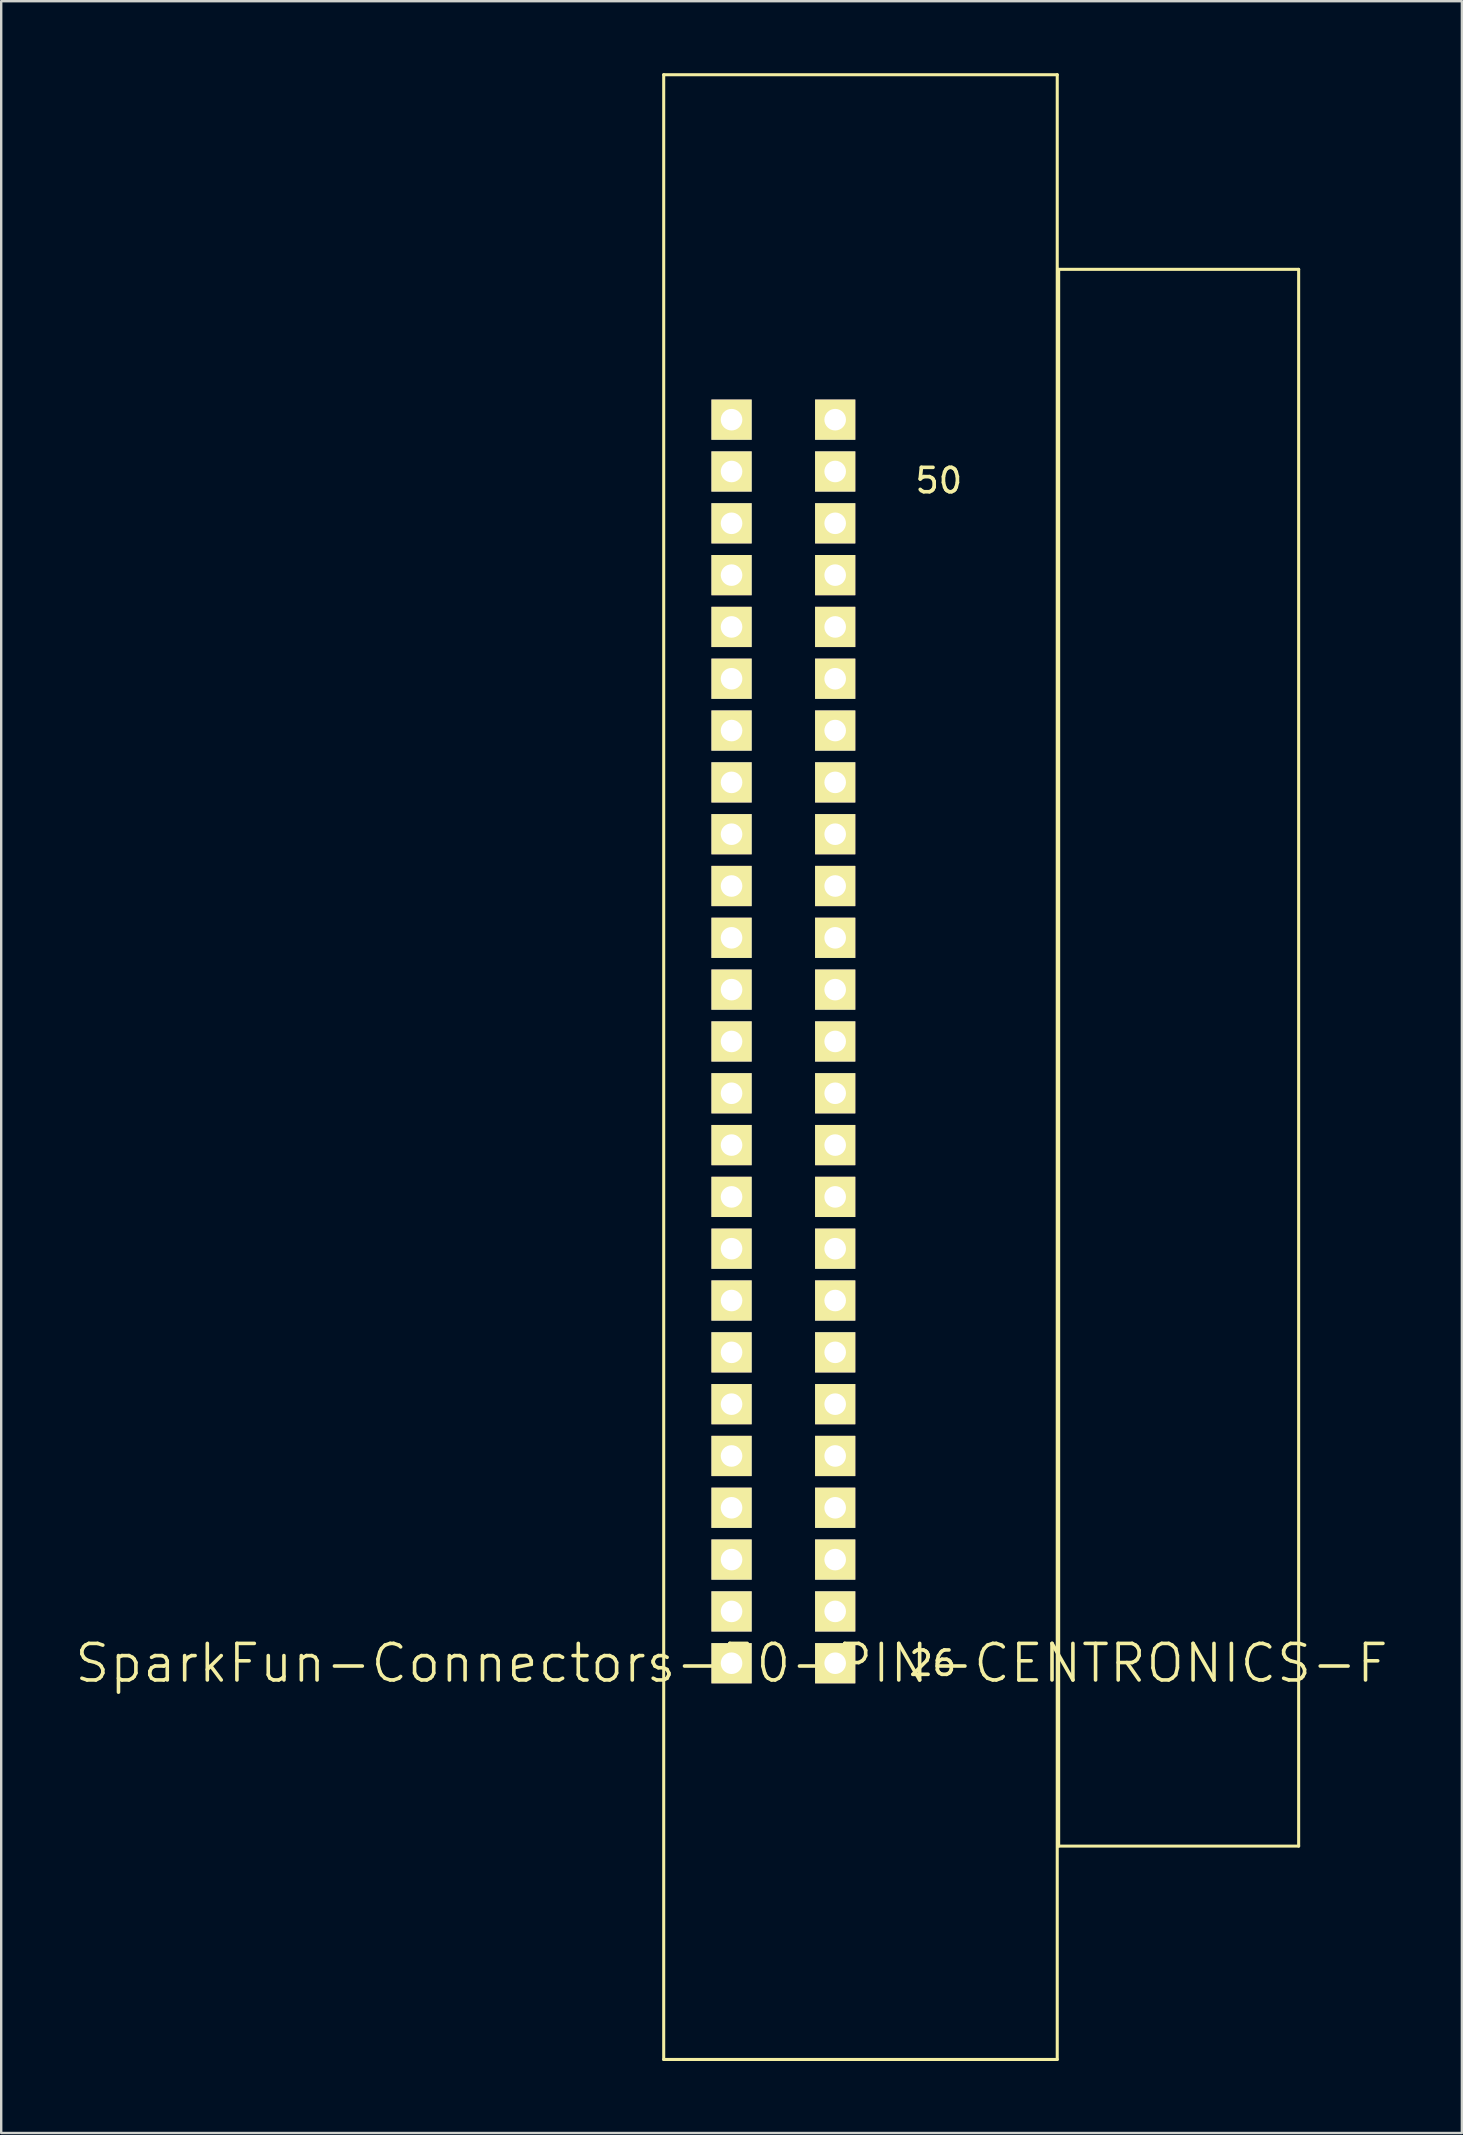
<source format=kicad_pcb>
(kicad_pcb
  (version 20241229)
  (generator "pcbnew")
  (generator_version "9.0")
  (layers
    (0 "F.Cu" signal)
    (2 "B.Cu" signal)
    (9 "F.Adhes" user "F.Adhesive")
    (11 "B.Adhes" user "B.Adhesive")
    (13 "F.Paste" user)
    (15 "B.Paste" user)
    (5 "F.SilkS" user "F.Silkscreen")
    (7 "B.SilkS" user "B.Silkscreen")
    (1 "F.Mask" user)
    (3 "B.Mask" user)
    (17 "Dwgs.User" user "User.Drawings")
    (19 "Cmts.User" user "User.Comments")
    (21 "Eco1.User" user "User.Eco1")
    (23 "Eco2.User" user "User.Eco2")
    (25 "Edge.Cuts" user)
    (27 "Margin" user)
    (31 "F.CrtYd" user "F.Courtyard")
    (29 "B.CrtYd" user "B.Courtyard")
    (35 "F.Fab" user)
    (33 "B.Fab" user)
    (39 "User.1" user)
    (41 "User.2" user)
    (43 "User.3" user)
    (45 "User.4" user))
  (footprint "SparkFun-Connectors-50-PIN-CENTRONICS-F"
    (layer "F.Cu")
    (at 27.432 66.253)
    (property "Reference" "SparkFun-Connectors-50-PIN-CENTRONICS-F" (at 0 0 0) (layer "F.SilkS") (effects (font (size 1.524 1.524) (thickness 0.15))))
    (attr exclude_from_pos_files exclude_from_bom)
    (fp_line (start -2.827 -66.19) (end 13.571 -66.19) (stroke (width 0.127) (type solid)) (layer "F.SilkS"))
    (fp_line (start -2.827 16.51) (end -2.827 -66.19) (stroke (width 0.127) (type solid)) (layer "F.SilkS"))
    (fp_line (start -2.827 16.51) (end 13.571 16.51) (stroke (width 0.127) (type solid)) (layer "F.SilkS"))
    (fp_line (start 13.571 16.51) (end 13.571 -66.19) (stroke (width 0.127) (type solid)) (layer "F.SilkS"))
    (fp_line (start 13.63 -58.08) (end 23.63 -58.08) (stroke (width 0.127) (type solid)) (layer "F.SilkS"))
    (fp_line (start 13.63 7.62) (end 13.63 -58.08) (stroke (width 0.127) (type solid)) (layer "F.SilkS"))
    (fp_line (start 13.63 7.62) (end 23.63 7.62) (stroke (width 0.127) (type solid)) (layer "F.SilkS"))
    (fp_line (start 23.63 7.62) (end 23.63 -58.08) (stroke (width 0.127) (type solid)) (layer "F.SilkS"))
    (fp_text user "26" (at 8.382 0 0) (layer "F.SilkS") (effects (font (size 1.016 1.016) (thickness 0.152))))
    (fp_text user "50" (at 8.636 -49.276 0) (layer "F.SilkS") (effects (font (size 1.016 1.016) (thickness 0.152))))
    (pad "P$1" thru_hole rect (at 0 0) (size 1.676 1.676) (drill 0.899) (layers "*.Cu" "F.Mask" "F.SilkS" "F.Paste"))
    (pad "P$2" thru_hole rect (at 0 -2.159) (size 1.676 1.676) (drill 0.899) (layers "*.Cu" "F.Mask" "F.SilkS" "F.Paste"))
    (pad "P$3" thru_hole rect (at 0 -4.318) (size 1.676 1.676) (drill 0.899) (layers "*.Cu" "F.Mask" "F.SilkS" "F.Paste"))
    (pad "P$4" thru_hole rect (at 0 -6.477) (size 1.676 1.676) (drill 0.899) (layers "*.Cu" "F.Mask" "F.SilkS" "F.Paste"))
    (pad "P$5" thru_hole rect (at 0 -8.636) (size 1.676 1.676) (drill 0.899) (layers "*.Cu" "F.Mask" "F.SilkS" "F.Paste"))
    (pad "P$6" thru_hole rect (at 0 -10.795) (size 1.676 1.676) (drill 0.899) (layers "*.Cu" "F.Mask" "F.SilkS" "F.Paste"))
    (pad "P$7" thru_hole rect (at 0 -12.954) (size 1.676 1.676) (drill 0.899) (layers "*.Cu" "F.Mask" "F.SilkS" "F.Paste"))
    (pad "P$8" thru_hole rect (at 0 -15.113) (size 1.676 1.676) (drill 0.899) (layers "*.Cu" "F.Mask" "F.SilkS" "F.Paste"))
    (pad "P$9" thru_hole rect (at 0 -17.272) (size 1.676 1.676) (drill 0.899) (layers "*.Cu" "F.Mask" "F.SilkS" "F.Paste"))
    (pad "P$10" thru_hole rect (at 0 -19.431) (size 1.676 1.676) (drill 0.899) (layers "*.Cu" "F.Mask" "F.SilkS" "F.Paste"))
    (pad "P$11" thru_hole rect (at 0 -21.59) (size 1.676 1.676) (drill 0.899) (layers "*.Cu" "F.Mask" "F.SilkS" "F.Paste"))
    (pad "P$12" thru_hole rect (at 0 -23.749) (size 1.676 1.676) (drill 0.899) (layers "*.Cu" "F.Mask" "F.SilkS" "F.Paste"))
    (pad "P$13" thru_hole rect (at 0 -25.908) (size 1.676 1.676) (drill 0.899) (layers "*.Cu" "F.Mask" "F.SilkS" "F.Paste"))
    (pad "P$14" thru_hole rect (at 0 -28.067) (size 1.676 1.676) (drill 0.899) (layers "*.Cu" "F.Mask" "F.SilkS" "F.Paste"))
    (pad "P$15" thru_hole rect (at 0 -30.226) (size 1.676 1.676) (drill 0.899) (layers "*.Cu" "F.Mask" "F.SilkS" "F.Paste"))
    (pad "P$16" thru_hole rect (at 0 -32.385) (size 1.676 1.676) (drill 0.899) (layers "*.Cu" "F.Mask" "F.SilkS" "F.Paste"))
    (pad "P$17" thru_hole rect (at 0 -34.544) (size 1.676 1.676) (drill 0.899) (layers "*.Cu" "F.Mask" "F.SilkS" "F.Paste"))
    (pad "P$18" thru_hole rect (at 0 -36.703) (size 1.676 1.676) (drill 0.899) (layers "*.Cu" "F.Mask" "F.SilkS" "F.Paste"))
    (pad "P$19" thru_hole rect (at 0 -38.862) (size 1.676 1.676) (drill 0.899) (layers "*.Cu" "F.Mask" "F.SilkS" "F.Paste"))
    (pad "P$20" thru_hole rect (at 0 -41.021) (size 1.676 1.676) (drill 0.899) (layers "*.Cu" "F.Mask" "F.SilkS" "F.Paste"))
    (pad "P$21" thru_hole rect (at 0 -43.18) (size 1.676 1.676) (drill 0.899) (layers "*.Cu" "F.Mask" "F.SilkS" "F.Paste"))
    (pad "P$22" thru_hole rect (at 0 -45.339) (size 1.676 1.676) (drill 0.899) (layers "*.Cu" "F.Mask" "F.SilkS" "F.Paste"))
    (pad "P$23" thru_hole rect (at 0 -47.498) (size 1.676 1.676) (drill 0.899) (layers "*.Cu" "F.Mask" "F.SilkS" "F.Paste"))
    (pad "P$24" thru_hole rect (at 0 -49.657) (size 1.676 1.676) (drill 0.899) (layers "*.Cu" "F.Mask" "F.SilkS" "F.Paste"))
    (pad "P$25" thru_hole rect (at 0 -51.816) (size 1.676 1.676) (drill 0.899) (layers "*.Cu" "F.Mask" "F.SilkS" "F.Paste"))
    (pad "P$26" thru_hole rect (at 4.318 0) (size 1.676 1.676) (drill 0.899) (layers "*.Cu" "F.Mask" "F.SilkS" "F.Paste"))
    (pad "P$27" thru_hole rect (at 4.318 -2.159) (size 1.676 1.676) (drill 0.899) (layers "*.Cu" "F.Mask" "F.SilkS" "F.Paste"))
    (pad "P$28" thru_hole rect (at 4.318 -4.318) (size 1.676 1.676) (drill 0.899) (layers "*.Cu" "F.Mask" "F.SilkS" "F.Paste"))
    (pad "P$29" thru_hole rect (at 4.318 -6.477) (size 1.676 1.676) (drill 0.899) (layers "*.Cu" "F.Mask" "F.SilkS" "F.Paste"))
    (pad "P$30" thru_hole rect (at 4.318 -8.636) (size 1.676 1.676) (drill 0.899) (layers "*.Cu" "F.Mask" "F.SilkS" "F.Paste"))
    (pad "P$31" thru_hole rect (at 4.318 -10.795) (size 1.676 1.676) (drill 0.899) (layers "*.Cu" "F.Mask" "F.SilkS" "F.Paste"))
    (pad "P$32" thru_hole rect (at 4.318 -12.954) (size 1.676 1.676) (drill 0.899) (layers "*.Cu" "F.Mask" "F.SilkS" "F.Paste"))
    (pad "P$33" thru_hole rect (at 4.318 -15.113) (size 1.676 1.676) (drill 0.899) (layers "*.Cu" "F.Mask" "F.SilkS" "F.Paste"))
    (pad "P$34" thru_hole rect (at 4.318 -17.272) (size 1.676 1.676) (drill 0.899) (layers "*.Cu" "F.Mask" "F.SilkS" "F.Paste"))
    (pad "P$35" thru_hole rect (at 4.318 -19.431) (size 1.676 1.676) (drill 0.899) (layers "*.Cu" "F.Mask" "F.SilkS" "F.Paste"))
    (pad "P$36" thru_hole rect (at 4.318 -21.59) (size 1.676 1.676) (drill 0.899) (layers "*.Cu" "F.Mask" "F.SilkS" "F.Paste"))
    (pad "P$37" thru_hole rect (at 4.318 -23.749) (size 1.676 1.676) (drill 0.899) (layers "*.Cu" "F.Mask" "F.SilkS" "F.Paste"))
    (pad "P$38" thru_hole rect (at 4.318 -25.908) (size 1.676 1.676) (drill 0.899) (layers "*.Cu" "F.Mask" "F.SilkS" "F.Paste"))
    (pad "P$39" thru_hole rect (at 4.318 -28.067) (size 1.676 1.676) (drill 0.899) (layers "*.Cu" "F.Mask" "F.SilkS" "F.Paste"))
    (pad "P$40" thru_hole rect (at 4.318 -30.226) (size 1.676 1.676) (drill 0.899) (layers "*.Cu" "F.Mask" "F.SilkS" "F.Paste"))
    (pad "P$41" thru_hole rect (at 4.318 -32.385) (size 1.676 1.676) (drill 0.899) (layers "*.Cu" "F.Mask" "F.SilkS" "F.Paste"))
    (pad "P$42" thru_hole rect (at 4.318 -34.544) (size 1.676 1.676) (drill 0.899) (layers "*.Cu" "F.Mask" "F.SilkS" "F.Paste"))
    (pad "P$43" thru_hole rect (at 4.318 -36.703) (size 1.676 1.676) (drill 0.899) (layers "*.Cu" "F.Mask" "F.SilkS" "F.Paste"))
    (pad "P$44" thru_hole rect (at 4.318 -38.862) (size 1.676 1.676) (drill 0.899) (layers "*.Cu" "F.Mask" "F.SilkS" "F.Paste"))
    (pad "P$45" thru_hole rect (at 4.318 -41.021) (size 1.676 1.676) (drill 0.899) (layers "*.Cu" "F.Mask" "F.SilkS" "F.Paste"))
    (pad "P$46" thru_hole rect (at 4.318 -43.18) (size 1.676 1.676) (drill 0.899) (layers "*.Cu" "F.Mask" "F.SilkS" "F.Paste"))
    (pad "P$47" thru_hole rect (at 4.318 -45.339) (size 1.676 1.676) (drill 0.899) (layers "*.Cu" "F.Mask" "F.SilkS" "F.Paste"))
    (pad "P$48" thru_hole rect (at 4.318 -47.498) (size 1.676 1.676) (drill 0.899) (layers "*.Cu" "F.Mask" "F.SilkS" "F.Paste"))
    (pad "P$49" thru_hole rect (at 4.318 -49.657) (size 1.676 1.676) (drill 0.899) (layers "*.Cu" "F.Mask" "F.SilkS" "F.Paste"))
    (pad "P$50" thru_hole rect (at 4.318 -51.816) (size 1.676 1.676) (drill 0.899) (layers "*.Cu" "F.Mask" "F.SilkS" "F.Paste")))
  (gr_rect
    (start -3 -3)
    (end 57.864 85.827)
    (stroke (width 0.1) (type default))
    (fill no)
    (layer "Edge.Cuts")))
</source>
